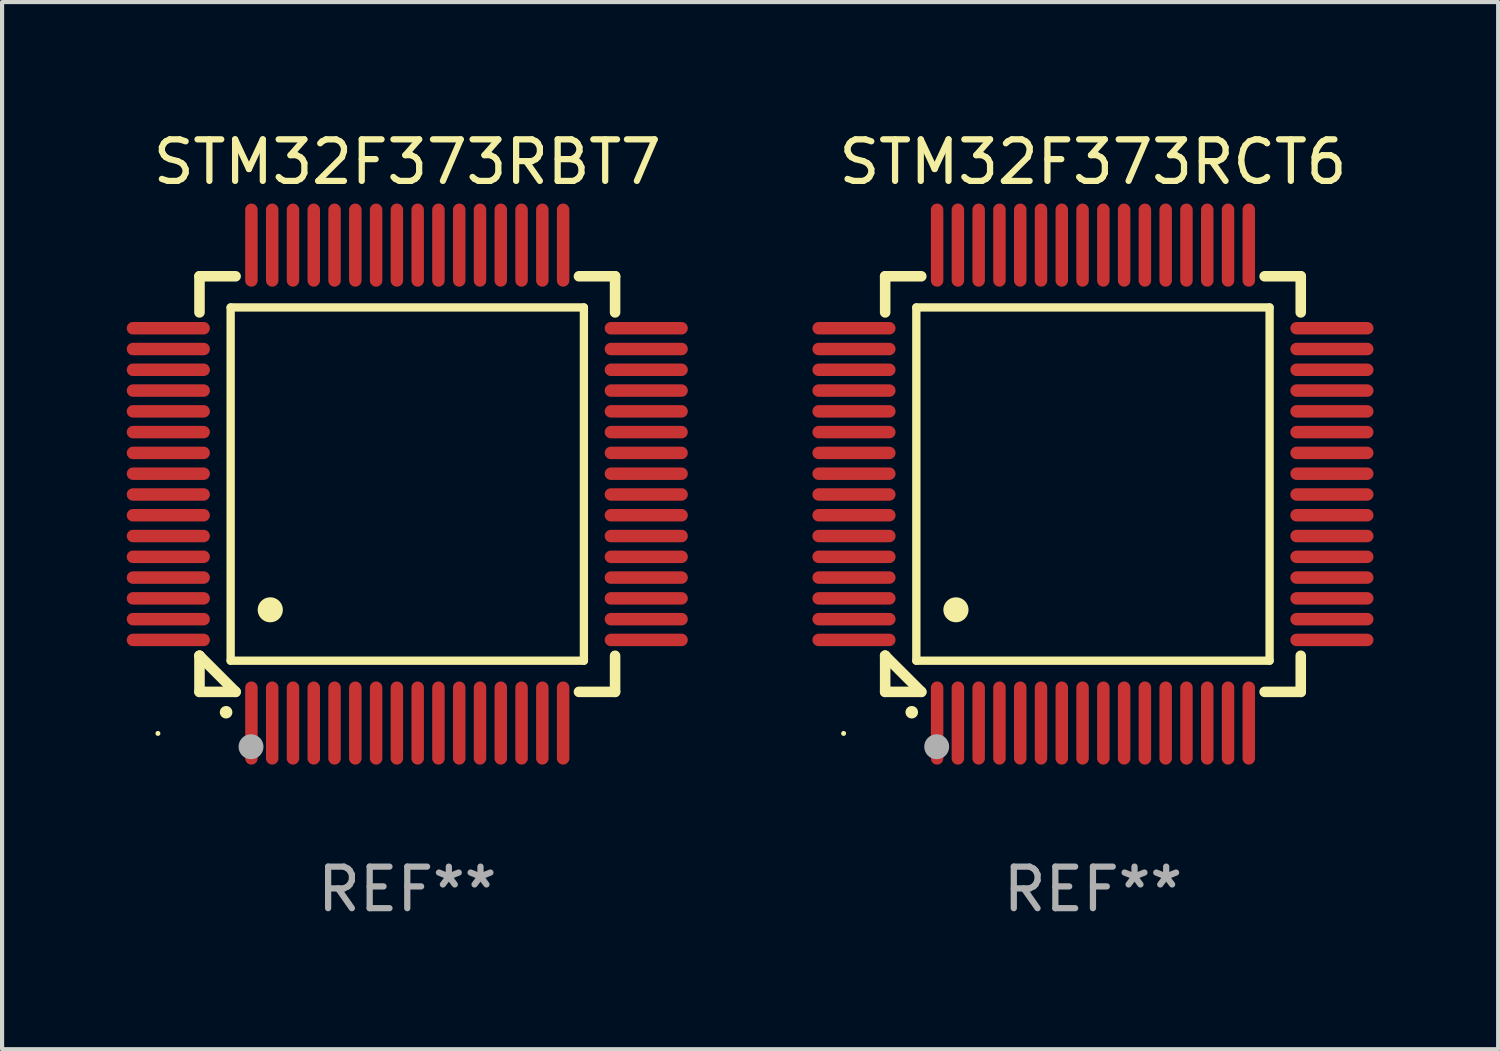
<source format=kicad_pcb>
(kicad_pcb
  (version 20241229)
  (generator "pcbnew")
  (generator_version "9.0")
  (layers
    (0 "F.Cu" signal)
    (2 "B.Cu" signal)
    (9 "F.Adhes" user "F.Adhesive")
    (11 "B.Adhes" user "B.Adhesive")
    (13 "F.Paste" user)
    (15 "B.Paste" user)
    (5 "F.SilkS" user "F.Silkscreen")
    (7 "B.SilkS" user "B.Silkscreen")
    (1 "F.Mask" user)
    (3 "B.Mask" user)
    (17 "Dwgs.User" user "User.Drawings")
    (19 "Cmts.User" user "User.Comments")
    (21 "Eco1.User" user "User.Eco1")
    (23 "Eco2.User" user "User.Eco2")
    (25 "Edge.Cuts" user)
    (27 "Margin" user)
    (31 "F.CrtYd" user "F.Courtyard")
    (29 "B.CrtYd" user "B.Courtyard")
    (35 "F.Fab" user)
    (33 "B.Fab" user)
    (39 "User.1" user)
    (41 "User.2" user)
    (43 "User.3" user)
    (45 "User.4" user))
  (footprint "STM32F373RBT7"
    (layer "F.Cu")
    (at 6.75 8.598)
    (property "Reference" "STM32F373RBT7" (at 0 -7.75 0) (layer "F.SilkS") (effects (font (size 1 1) (thickness 0.15))))
    (attr through_hole)
    (fp_line (start -5 -5) (end -4.131 -5) (stroke (width 0.254) (type solid)) (layer "F.SilkS"))
    (fp_line (start -5 -4.131) (end -5 -5) (stroke (width 0.254) (type solid)) (layer "F.SilkS"))
    (fp_line (start -5 4.131) (end -5 4.131) (stroke (width 0.254) (type solid)) (layer "F.SilkS"))
    (fp_line (start -5 5) (end -5 4.131) (stroke (width 0.254) (type solid)) (layer "F.SilkS"))
    (fp_line (start -5 4.131) (end -4.131 5) (stroke (width 0.254) (type solid)) (layer "F.SilkS"))
    (fp_line (start -4.25 -4.25) (end -4.25 4.25) (stroke (width 0.2) (type solid)) (layer "F.SilkS"))
    (fp_line (start -4.25 4.25) (end 4.25 4.25) (stroke (width 0.2) (type solid)) (layer "F.SilkS"))
    (fp_line (start -4.131 5) (end -5 5) (stroke (width 0.254) (type solid)) (layer "F.SilkS"))
    (fp_line (start 4.25 -4.25) (end -4.25 -4.25) (stroke (width 0.2) (type solid)) (layer "F.SilkS"))
    (fp_line (start 4.25 4.25) (end 4.25 -4.25) (stroke (width 0.2) (type solid)) (layer "F.SilkS"))
    (fp_line (start 5 -5) (end 4.131 -5) (stroke (width 0.254) (type solid)) (layer "F.SilkS"))
    (fp_line (start 5 -5) (end 5 -4.131) (stroke (width 0.254) (type solid)) (layer "F.SilkS"))
    (fp_line (start 5 4.131) (end 5 5) (stroke (width 0.254) (type solid)) (layer "F.SilkS"))
    (fp_line (start 5 5) (end 4.131 5) (stroke (width 0.254) (type solid)) (layer "F.SilkS"))
    (fp_arc (start -4.361265 5.489992) (mid -4.359995 5.489987) (end -4.358725 5.489992) (stroke (width 0.3) (type solid)) (layer "F.SilkS"))
    (fp_arc (start -3.299467 3.025146) (mid -3.296927 3.025135) (end -3.294387 3.025146) (stroke (width 0.6) (type solid)) (layer "F.SilkS"))
    (fp_circle (center -6 6) (end -5.97 6) (stroke (width 0.06) (type solid)) (fill no) (layer "F.SilkS"))
    (fp_circle (center -3.76 6.32) (end -3.61 6.32) (stroke (width 0.3) (type solid)) (fill no) (layer "F.Fab"))
    (fp_text user "REF**" (at 0 9.75 0) (layer "F.Fab") (effects (font (size 1 1) (thickness 0.15))))
    (pad "1" smd oval (at -3.75 5.75) (size 0.3 2) (layers "F.Cu" "F.Mask" "F.Paste"))
    (pad "2" smd oval (at -3.25 5.75) (size 0.3 2) (layers "F.Cu" "F.Mask" "F.Paste"))
    (pad "3" smd oval (at -2.75 5.75) (size 0.3 2) (layers "F.Cu" "F.Mask" "F.Paste"))
    (pad "4" smd oval (at -2.25 5.75) (size 0.3 2) (layers "F.Cu" "F.Mask" "F.Paste"))
    (pad "5" smd oval (at -1.75 5.75) (size 0.3 2) (layers "F.Cu" "F.Mask" "F.Paste"))
    (pad "6" smd oval (at -1.25 5.75) (size 0.3 2) (layers "F.Cu" "F.Mask" "F.Paste"))
    (pad "7" smd oval (at -0.75 5.75) (size 0.3 2) (layers "F.Cu" "F.Mask" "F.Paste"))
    (pad "8" smd oval (at -0.25 5.75) (size 0.3 2) (layers "F.Cu" "F.Mask" "F.Paste"))
    (pad "9" smd oval (at 0.25 5.75) (size 0.3 2) (layers "F.Cu" "F.Mask" "F.Paste"))
    (pad "10" smd oval (at 0.75 5.75) (size 0.3 2) (layers "F.Cu" "F.Mask" "F.Paste"))
    (pad "11" smd oval (at 1.25 5.75) (size 0.3 2) (layers "F.Cu" "F.Mask" "F.Paste"))
    (pad "12" smd oval (at 1.75 5.75) (size 0.3 2) (layers "F.Cu" "F.Mask" "F.Paste"))
    (pad "13" smd oval (at 2.25 5.75) (size 0.3 2) (layers "F.Cu" "F.Mask" "F.Paste"))
    (pad "14" smd oval (at 2.75 5.75) (size 0.3 2) (layers "F.Cu" "F.Mask" "F.Paste"))
    (pad "15" smd oval (at 3.25 5.75) (size 0.3 2) (layers "F.Cu" "F.Mask" "F.Paste"))
    (pad "16" smd oval (at 3.75 5.75) (size 0.3 2) (layers "F.Cu" "F.Mask" "F.Paste"))
    (pad "17" smd oval (at 5.75 3.75) (size 2 0.3) (layers "F.Cu" "F.Mask" "F.Paste"))
    (pad "18" smd oval (at 5.75 3.25) (size 2 0.3) (layers "F.Cu" "F.Mask" "F.Paste"))
    (pad "19" smd oval (at 5.75 2.75) (size 2 0.3) (layers "F.Cu" "F.Mask" "F.Paste"))
    (pad "20" smd oval (at 5.75 2.25) (size 2 0.3) (layers "F.Cu" "F.Mask" "F.Paste"))
    (pad "21" smd oval (at 5.75 1.75) (size 2 0.3) (layers "F.Cu" "F.Mask" "F.Paste"))
    (pad "22" smd oval (at 5.75 1.25) (size 2 0.3) (layers "F.Cu" "F.Mask" "F.Paste"))
    (pad "23" smd oval (at 5.75 0.75) (size 2 0.3) (layers "F.Cu" "F.Mask" "F.Paste"))
    (pad "24" smd oval (at 5.75 0.25) (size 2 0.3) (layers "F.Cu" "F.Mask" "F.Paste"))
    (pad "25" smd oval (at 5.75 -0.25) (size 2 0.3) (layers "F.Cu" "F.Mask" "F.Paste"))
    (pad "26" smd oval (at 5.75 -0.75) (size 2 0.3) (layers "F.Cu" "F.Mask" "F.Paste"))
    (pad "27" smd oval (at 5.75 -1.25) (size 2 0.3) (layers "F.Cu" "F.Mask" "F.Paste"))
    (pad "28" smd oval (at 5.75 -1.75) (size 2 0.3) (layers "F.Cu" "F.Mask" "F.Paste"))
    (pad "29" smd oval (at 5.75 -2.25) (size 2 0.3) (layers "F.Cu" "F.Mask" "F.Paste"))
    (pad "30" smd oval (at 5.75 -2.75) (size 2 0.3) (layers "F.Cu" "F.Mask" "F.Paste"))
    (pad "31" smd oval (at 5.75 -3.25) (size 2 0.3) (layers "F.Cu" "F.Mask" "F.Paste"))
    (pad "32" smd oval (at 5.75 -3.75) (size 2 0.3) (layers "F.Cu" "F.Mask" "F.Paste"))
    (pad "33" smd oval (at 3.75 -5.75) (size 0.3 2) (layers "F.Cu" "F.Mask" "F.Paste"))
    (pad "34" smd oval (at 3.25 -5.75) (size 0.3 2) (layers "F.Cu" "F.Mask" "F.Paste"))
    (pad "35" smd oval (at 2.75 -5.75) (size 0.3 2) (layers "F.Cu" "F.Mask" "F.Paste"))
    (pad "36" smd oval (at 2.25 -5.75) (size 0.3 2) (layers "F.Cu" "F.Mask" "F.Paste"))
    (pad "37" smd oval (at 1.75 -5.75) (size 0.3 2) (layers "F.Cu" "F.Mask" "F.Paste"))
    (pad "38" smd oval (at 1.25 -5.75) (size 0.3 2) (layers "F.Cu" "F.Mask" "F.Paste"))
    (pad "39" smd oval (at 0.75 -5.75) (size 0.3 2) (layers "F.Cu" "F.Mask" "F.Paste"))
    (pad "40" smd oval (at 0.25 -5.75) (size 0.3 2) (layers "F.Cu" "F.Mask" "F.Paste"))
    (pad "41" smd oval (at -0.25 -5.75) (size 0.3 2) (layers "F.Cu" "F.Mask" "F.Paste"))
    (pad "42" smd oval (at -0.75 -5.75) (size 0.3 2) (layers "F.Cu" "F.Mask" "F.Paste"))
    (pad "43" smd oval (at -1.25 -5.75) (size 0.3 2) (layers "F.Cu" "F.Mask" "F.Paste"))
    (pad "44" smd oval (at -1.75 -5.75) (size 0.3 2) (layers "F.Cu" "F.Mask" "F.Paste"))
    (pad "45" smd oval (at -2.25 -5.75) (size 0.3 2) (layers "F.Cu" "F.Mask" "F.Paste"))
    (pad "46" smd oval (at -2.75 -5.75) (size 0.3 2) (layers "F.Cu" "F.Mask" "F.Paste"))
    (pad "47" smd oval (at -3.25 -5.75) (size 0.3 2) (layers "F.Cu" "F.Mask" "F.Paste"))
    (pad "48" smd oval (at -3.75 -5.75) (size 0.3 2) (layers "F.Cu" "F.Mask" "F.Paste"))
    (pad "49" smd oval (at -5.75 -3.75) (size 2 0.3) (layers "F.Cu" "F.Mask" "F.Paste"))
    (pad "50" smd oval (at -5.75 -3.25) (size 2 0.3) (layers "F.Cu" "F.Mask" "F.Paste"))
    (pad "51" smd oval (at -5.75 -2.75) (size 2 0.3) (layers "F.Cu" "F.Mask" "F.Paste"))
    (pad "52" smd oval (at -5.75 -2.25) (size 2 0.3) (layers "F.Cu" "F.Mask" "F.Paste"))
    (pad "53" smd oval (at -5.75 -1.75) (size 2 0.3) (layers "F.Cu" "F.Mask" "F.Paste"))
    (pad "54" smd oval (at -5.75 -1.25) (size 2 0.3) (layers "F.Cu" "F.Mask" "F.Paste"))
    (pad "55" smd oval (at -5.75 -0.75) (size 2 0.3) (layers "F.Cu" "F.Mask" "F.Paste"))
    (pad "56" smd oval (at -5.75 -0.25) (size 2 0.3) (layers "F.Cu" "F.Mask" "F.Paste"))
    (pad "57" smd oval (at -5.75 0.25) (size 2 0.3) (layers "F.Cu" "F.Mask" "F.Paste"))
    (pad "58" smd oval (at -5.75 0.75) (size 2 0.3) (layers "F.Cu" "F.Mask" "F.Paste"))
    (pad "59" smd oval (at -5.75 1.25) (size 2 0.3) (layers "F.Cu" "F.Mask" "F.Paste"))
    (pad "60" smd oval (at -5.75 1.75) (size 2 0.3) (layers "F.Cu" "F.Mask" "F.Paste"))
    (pad "61" smd oval (at -5.75 2.25) (size 2 0.3) (layers "F.Cu" "F.Mask" "F.Paste"))
    (pad "62" smd oval (at -5.75 2.75) (size 2 0.3) (layers "F.Cu" "F.Mask" "F.Paste"))
    (pad "63" smd oval (at -5.75 3.25) (size 2 0.3) (layers "F.Cu" "F.Mask" "F.Paste"))
    (pad "64" smd oval (at -5.75 3.75) (size 2 0.3) (layers "F.Cu" "F.Mask" "F.Paste")))
  (footprint "STM32F373RCT6"
    (layer "F.Cu")
    (at 23.249 8.598)
    (property "Reference" "STM32F373RCT6" (at 0 -7.75 0) (layer "F.SilkS") (effects (font (size 1 1) (thickness 0.15))))
    (attr through_hole)
    (fp_line (start -5 -5) (end -4.131 -5) (stroke (width 0.254) (type solid)) (layer "F.SilkS"))
    (fp_line (start -5 -4.131) (end -5 -5) (stroke (width 0.254) (type solid)) (layer "F.SilkS"))
    (fp_line (start -5 4.131) (end -5 4.131) (stroke (width 0.254) (type solid)) (layer "F.SilkS"))
    (fp_line (start -5 5) (end -5 4.131) (stroke (width 0.254) (type solid)) (layer "F.SilkS"))
    (fp_line (start -5 4.131) (end -4.131 5) (stroke (width 0.254) (type solid)) (layer "F.SilkS"))
    (fp_line (start -4.25 -4.25) (end -4.25 4.25) (stroke (width 0.2) (type solid)) (layer "F.SilkS"))
    (fp_line (start -4.25 4.25) (end 4.25 4.25) (stroke (width 0.2) (type solid)) (layer "F.SilkS"))
    (fp_line (start -4.131 5) (end -5 5) (stroke (width 0.254) (type solid)) (layer "F.SilkS"))
    (fp_line (start 4.25 -4.25) (end -4.25 -4.25) (stroke (width 0.2) (type solid)) (layer "F.SilkS"))
    (fp_line (start 4.25 4.25) (end 4.25 -4.25) (stroke (width 0.2) (type solid)) (layer "F.SilkS"))
    (fp_line (start 5 -5) (end 4.131 -5) (stroke (width 0.254) (type solid)) (layer "F.SilkS"))
    (fp_line (start 5 -5) (end 5 -4.131) (stroke (width 0.254) (type solid)) (layer "F.SilkS"))
    (fp_line (start 5 4.131) (end 5 5) (stroke (width 0.254) (type solid)) (layer "F.SilkS"))
    (fp_line (start 5 5) (end 4.131 5) (stroke (width 0.254) (type solid)) (layer "F.SilkS"))
    (fp_arc (start -4.361265 5.489992) (mid -4.359995 5.489987) (end -4.358725 5.489992) (stroke (width 0.3) (type solid)) (layer "F.SilkS"))
    (fp_arc (start -3.299467 3.025146) (mid -3.296927 3.025135) (end -3.294387 3.025146) (stroke (width 0.6) (type solid)) (layer "F.SilkS"))
    (fp_circle (center -6 6) (end -5.97 6) (stroke (width 0.06) (type solid)) (fill no) (layer "F.SilkS"))
    (fp_circle (center -3.76 6.32) (end -3.61 6.32) (stroke (width 0.3) (type solid)) (fill no) (layer "F.Fab"))
    (fp_text user "REF**" (at 0 9.75 0) (layer "F.Fab") (effects (font (size 1 1) (thickness 0.15))))
    (pad "1" smd oval (at -3.75 5.75) (size 0.3 2) (layers "F.Cu" "F.Mask" "F.Paste"))
    (pad "2" smd oval (at -3.25 5.75) (size 0.3 2) (layers "F.Cu" "F.Mask" "F.Paste"))
    (pad "3" smd oval (at -2.75 5.75) (size 0.3 2) (layers "F.Cu" "F.Mask" "F.Paste"))
    (pad "4" smd oval (at -2.25 5.75) (size 0.3 2) (layers "F.Cu" "F.Mask" "F.Paste"))
    (pad "5" smd oval (at -1.75 5.75) (size 0.3 2) (layers "F.Cu" "F.Mask" "F.Paste"))
    (pad "6" smd oval (at -1.25 5.75) (size 0.3 2) (layers "F.Cu" "F.Mask" "F.Paste"))
    (pad "7" smd oval (at -0.75 5.75) (size 0.3 2) (layers "F.Cu" "F.Mask" "F.Paste"))
    (pad "8" smd oval (at -0.25 5.75) (size 0.3 2) (layers "F.Cu" "F.Mask" "F.Paste"))
    (pad "9" smd oval (at 0.25 5.75) (size 0.3 2) (layers "F.Cu" "F.Mask" "F.Paste"))
    (pad "10" smd oval (at 0.75 5.75) (size 0.3 2) (layers "F.Cu" "F.Mask" "F.Paste"))
    (pad "11" smd oval (at 1.25 5.75) (size 0.3 2) (layers "F.Cu" "F.Mask" "F.Paste"))
    (pad "12" smd oval (at 1.75 5.75) (size 0.3 2) (layers "F.Cu" "F.Mask" "F.Paste"))
    (pad "13" smd oval (at 2.25 5.75) (size 0.3 2) (layers "F.Cu" "F.Mask" "F.Paste"))
    (pad "14" smd oval (at 2.75 5.75) (size 0.3 2) (layers "F.Cu" "F.Mask" "F.Paste"))
    (pad "15" smd oval (at 3.25 5.75) (size 0.3 2) (layers "F.Cu" "F.Mask" "F.Paste"))
    (pad "16" smd oval (at 3.75 5.75) (size 0.3 2) (layers "F.Cu" "F.Mask" "F.Paste"))
    (pad "17" smd oval (at 5.75 3.75) (size 2 0.3) (layers "F.Cu" "F.Mask" "F.Paste"))
    (pad "18" smd oval (at 5.75 3.25) (size 2 0.3) (layers "F.Cu" "F.Mask" "F.Paste"))
    (pad "19" smd oval (at 5.75 2.75) (size 2 0.3) (layers "F.Cu" "F.Mask" "F.Paste"))
    (pad "20" smd oval (at 5.75 2.25) (size 2 0.3) (layers "F.Cu" "F.Mask" "F.Paste"))
    (pad "21" smd oval (at 5.75 1.75) (size 2 0.3) (layers "F.Cu" "F.Mask" "F.Paste"))
    (pad "22" smd oval (at 5.75 1.25) (size 2 0.3) (layers "F.Cu" "F.Mask" "F.Paste"))
    (pad "23" smd oval (at 5.75 0.75) (size 2 0.3) (layers "F.Cu" "F.Mask" "F.Paste"))
    (pad "24" smd oval (at 5.75 0.25) (size 2 0.3) (layers "F.Cu" "F.Mask" "F.Paste"))
    (pad "25" smd oval (at 5.75 -0.25) (size 2 0.3) (layers "F.Cu" "F.Mask" "F.Paste"))
    (pad "26" smd oval (at 5.75 -0.75) (size 2 0.3) (layers "F.Cu" "F.Mask" "F.Paste"))
    (pad "27" smd oval (at 5.75 -1.25) (size 2 0.3) (layers "F.Cu" "F.Mask" "F.Paste"))
    (pad "28" smd oval (at 5.75 -1.75) (size 2 0.3) (layers "F.Cu" "F.Mask" "F.Paste"))
    (pad "29" smd oval (at 5.75 -2.25) (size 2 0.3) (layers "F.Cu" "F.Mask" "F.Paste"))
    (pad "30" smd oval (at 5.75 -2.75) (size 2 0.3) (layers "F.Cu" "F.Mask" "F.Paste"))
    (pad "31" smd oval (at 5.75 -3.25) (size 2 0.3) (layers "F.Cu" "F.Mask" "F.Paste"))
    (pad "32" smd oval (at 5.75 -3.75) (size 2 0.3) (layers "F.Cu" "F.Mask" "F.Paste"))
    (pad "33" smd oval (at 3.75 -5.75) (size 0.3 2) (layers "F.Cu" "F.Mask" "F.Paste"))
    (pad "34" smd oval (at 3.25 -5.75) (size 0.3 2) (layers "F.Cu" "F.Mask" "F.Paste"))
    (pad "35" smd oval (at 2.75 -5.75) (size 0.3 2) (layers "F.Cu" "F.Mask" "F.Paste"))
    (pad "36" smd oval (at 2.25 -5.75) (size 0.3 2) (layers "F.Cu" "F.Mask" "F.Paste"))
    (pad "37" smd oval (at 1.75 -5.75) (size 0.3 2) (layers "F.Cu" "F.Mask" "F.Paste"))
    (pad "38" smd oval (at 1.25 -5.75) (size 0.3 2) (layers "F.Cu" "F.Mask" "F.Paste"))
    (pad "39" smd oval (at 0.75 -5.75) (size 0.3 2) (layers "F.Cu" "F.Mask" "F.Paste"))
    (pad "40" smd oval (at 0.25 -5.75) (size 0.3 2) (layers "F.Cu" "F.Mask" "F.Paste"))
    (pad "41" smd oval (at -0.25 -5.75) (size 0.3 2) (layers "F.Cu" "F.Mask" "F.Paste"))
    (pad "42" smd oval (at -0.75 -5.75) (size 0.3 2) (layers "F.Cu" "F.Mask" "F.Paste"))
    (pad "43" smd oval (at -1.25 -5.75) (size 0.3 2) (layers "F.Cu" "F.Mask" "F.Paste"))
    (pad "44" smd oval (at -1.75 -5.75) (size 0.3 2) (layers "F.Cu" "F.Mask" "F.Paste"))
    (pad "45" smd oval (at -2.25 -5.75) (size 0.3 2) (layers "F.Cu" "F.Mask" "F.Paste"))
    (pad "46" smd oval (at -2.75 -5.75) (size 0.3 2) (layers "F.Cu" "F.Mask" "F.Paste"))
    (pad "47" smd oval (at -3.25 -5.75) (size 0.3 2) (layers "F.Cu" "F.Mask" "F.Paste"))
    (pad "48" smd oval (at -3.75 -5.75) (size 0.3 2) (layers "F.Cu" "F.Mask" "F.Paste"))
    (pad "49" smd oval (at -5.75 -3.75) (size 2 0.3) (layers "F.Cu" "F.Mask" "F.Paste"))
    (pad "50" smd oval (at -5.75 -3.25) (size 2 0.3) (layers "F.Cu" "F.Mask" "F.Paste"))
    (pad "51" smd oval (at -5.75 -2.75) (size 2 0.3) (layers "F.Cu" "F.Mask" "F.Paste"))
    (pad "52" smd oval (at -5.75 -2.25) (size 2 0.3) (layers "F.Cu" "F.Mask" "F.Paste"))
    (pad "53" smd oval (at -5.75 -1.75) (size 2 0.3) (layers "F.Cu" "F.Mask" "F.Paste"))
    (pad "54" smd oval (at -5.75 -1.25) (size 2 0.3) (layers "F.Cu" "F.Mask" "F.Paste"))
    (pad "55" smd oval (at -5.75 -0.75) (size 2 0.3) (layers "F.Cu" "F.Mask" "F.Paste"))
    (pad "56" smd oval (at -5.75 -0.25) (size 2 0.3) (layers "F.Cu" "F.Mask" "F.Paste"))
    (pad "57" smd oval (at -5.75 0.25) (size 2 0.3) (layers "F.Cu" "F.Mask" "F.Paste"))
    (pad "58" smd oval (at -5.75 0.75) (size 2 0.3) (layers "F.Cu" "F.Mask" "F.Paste"))
    (pad "59" smd oval (at -5.75 1.25) (size 2 0.3) (layers "F.Cu" "F.Mask" "F.Paste"))
    (pad "60" smd oval (at -5.75 1.75) (size 2 0.3) (layers "F.Cu" "F.Mask" "F.Paste"))
    (pad "61" smd oval (at -5.75 2.25) (size 2 0.3) (layers "F.Cu" "F.Mask" "F.Paste"))
    (pad "62" smd oval (at -5.75 2.75) (size 2 0.3) (layers "F.Cu" "F.Mask" "F.Paste"))
    (pad "63" smd oval (at -5.75 3.25) (size 2 0.3) (layers "F.Cu" "F.Mask" "F.Paste"))
    (pad "64" smd oval (at -5.75 3.75) (size 2 0.3) (layers "F.Cu" "F.Mask" "F.Paste")))
  (gr_rect
    (start -3 -3)
    (end 32.999 22.196)
    (stroke (width 0.1) (type default))
    (fill no)
    (layer "Edge.Cuts")))
</source>
